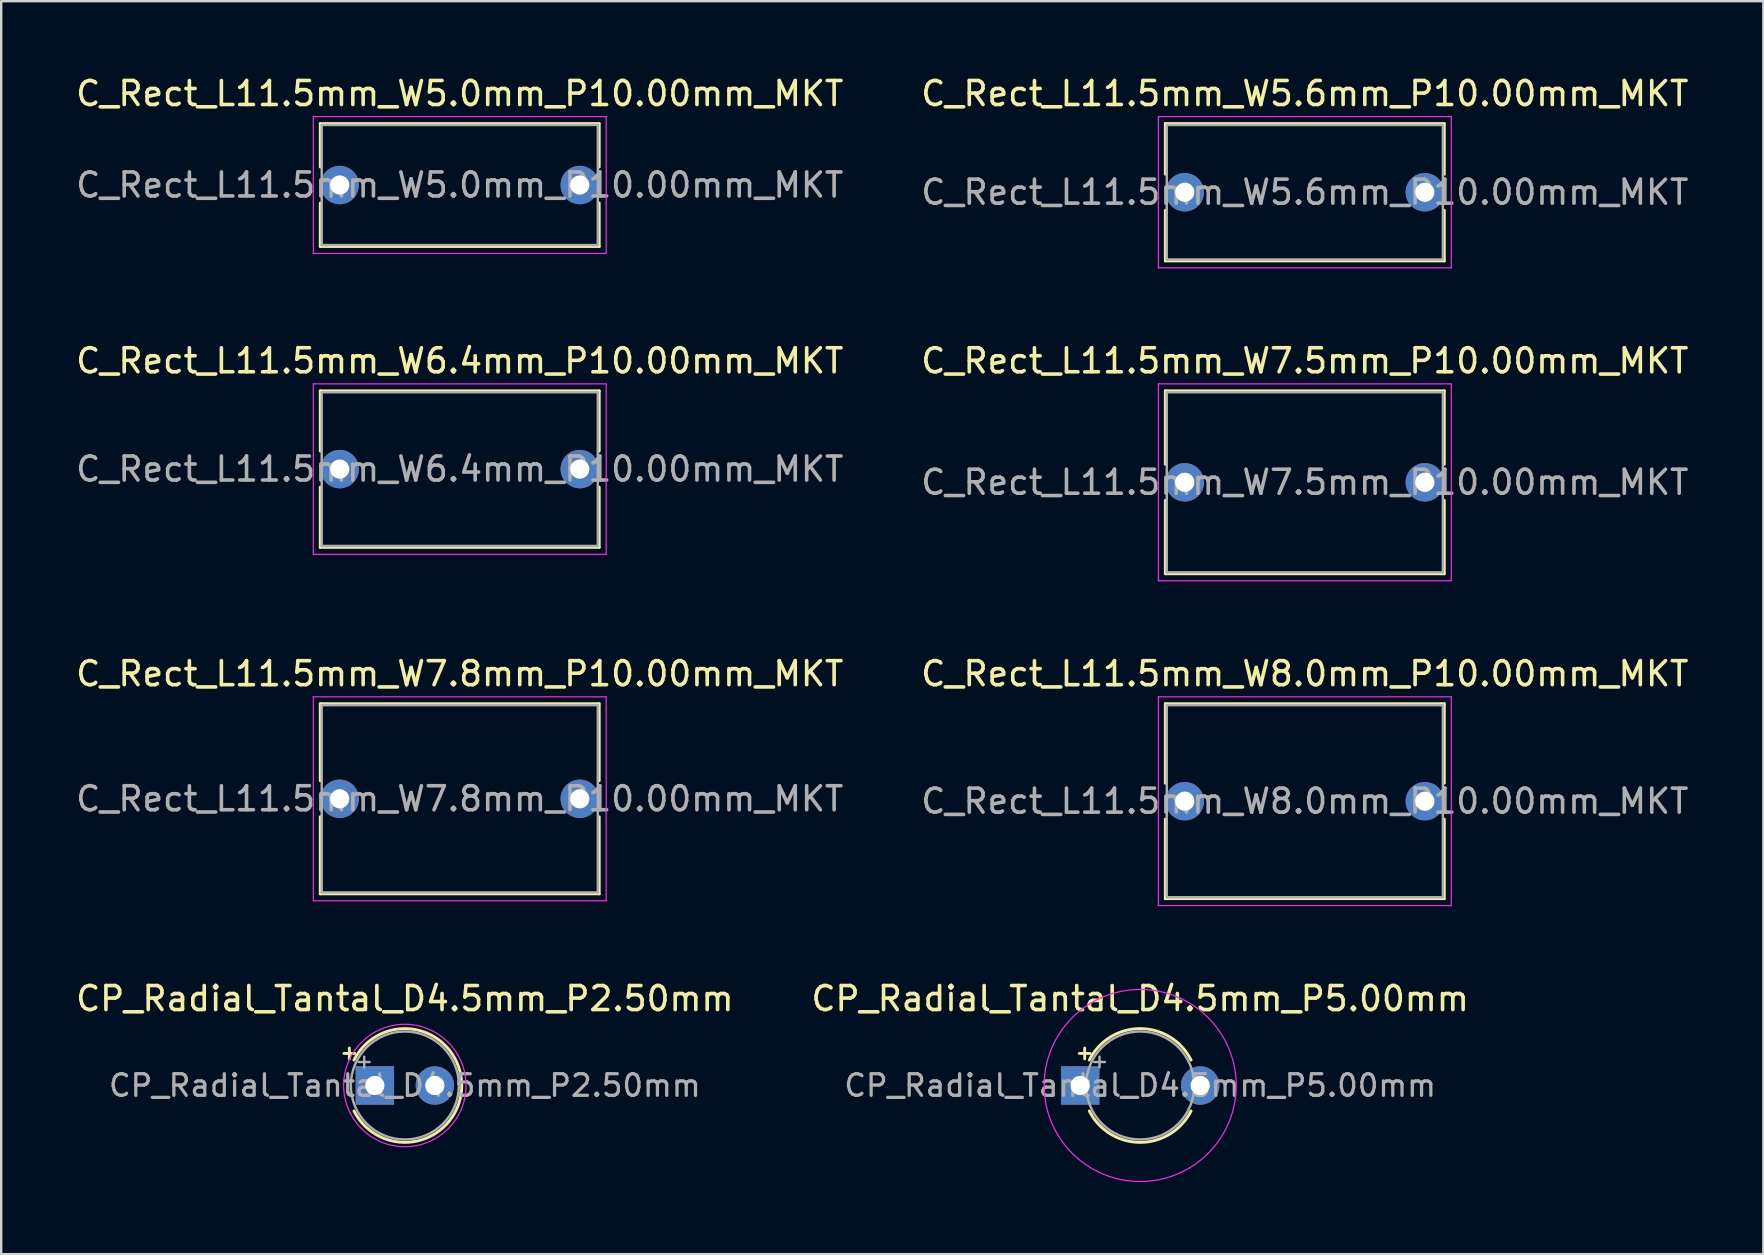
<source format=kicad_pcb>
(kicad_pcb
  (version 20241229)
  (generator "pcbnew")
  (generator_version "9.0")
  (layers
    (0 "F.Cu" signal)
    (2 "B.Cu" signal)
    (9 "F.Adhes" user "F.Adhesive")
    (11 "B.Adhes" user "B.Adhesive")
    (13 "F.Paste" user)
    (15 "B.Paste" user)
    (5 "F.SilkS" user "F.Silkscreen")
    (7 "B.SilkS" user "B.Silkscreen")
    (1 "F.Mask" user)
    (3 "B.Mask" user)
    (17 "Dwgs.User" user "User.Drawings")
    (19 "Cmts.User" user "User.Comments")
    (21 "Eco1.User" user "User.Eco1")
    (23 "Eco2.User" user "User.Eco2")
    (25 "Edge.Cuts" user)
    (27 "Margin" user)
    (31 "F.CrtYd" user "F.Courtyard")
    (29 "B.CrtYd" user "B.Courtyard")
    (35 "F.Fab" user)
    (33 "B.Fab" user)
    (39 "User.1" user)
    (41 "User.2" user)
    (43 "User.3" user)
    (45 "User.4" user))
  (footprint "C_Rect_L11.5mm_W8.0mm_P10.00mm_MKT"
    (layer "F.Cu")
    (at 46.304 30.325)
    (property "Reference" "C_Rect_L11.5mm_W8.0mm_P10.00mm_MKT" (at 5 -5.31 0) (layer "F.SilkS") (effects (font (size 1 1) (thickness 0.15))))
    (attr through_hole)
    (fp_line (start -0.81 -4.06) (end -0.81 -0.75) (stroke (width 0.12) (type solid)) (layer "F.SilkS"))
    (fp_line (start -0.81 -4.06) (end 10.81 -4.06) (stroke (width 0.12) (type solid)) (layer "F.SilkS"))
    (fp_line (start -0.81 0.75) (end -0.81 4.06) (stroke (width 0.12) (type solid)) (layer "F.SilkS"))
    (fp_line (start -0.81 4.06) (end 10.81 4.06) (stroke (width 0.12) (type solid)) (layer "F.SilkS"))
    (fp_line (start 10.81 -4.06) (end 10.81 -0.75) (stroke (width 0.12) (type solid)) (layer "F.SilkS"))
    (fp_line (start 10.81 0.75) (end 10.81 4.06) (stroke (width 0.12) (type solid)) (layer "F.SilkS"))
    (fp_line (start -1.1 -4.35) (end -1.1 4.35) (stroke (width 0.05) (type solid)) (layer "F.CrtYd"))
    (fp_line (start -1.1 4.35) (end 11.1 4.35) (stroke (width 0.05) (type solid)) (layer "F.CrtYd"))
    (fp_line (start 11.1 -4.35) (end -1.1 -4.35) (stroke (width 0.05) (type solid)) (layer "F.CrtYd"))
    (fp_line (start 11.1 4.35) (end 11.1 -4.35) (stroke (width 0.05) (type solid)) (layer "F.CrtYd"))
    (fp_line (start -0.75 -4) (end -0.75 4) (stroke (width 0.1) (type solid)) (layer "F.Fab"))
    (fp_line (start -0.75 4) (end 10.75 4) (stroke (width 0.1) (type solid)) (layer "F.Fab"))
    (fp_line (start 10.75 -4) (end -0.75 -4) (stroke (width 0.1) (type solid)) (layer "F.Fab"))
    (fp_line (start 10.75 4) (end 10.75 -4) (stroke (width 0.1) (type solid)) (layer "F.Fab"))
    (fp_text user "${REFERENCE}" (at 5 0 0) (layer "F.Fab") (effects (font (size 1 1) (thickness 0.15))))
    (pad "1" thru_hole circle (at 0 0) (size 1.6 1.6) (drill 0.8) (layers "*.Cu" "*.Mask"))
    (pad "2" thru_hole circle (at 10 0) (size 1.6 1.6) (drill 0.8) (layers "*.Cu" "*.Mask")))
  (footprint "CP_Radial_Tantal_D4.5mm_P2.50mm"
    (layer "F.Cu")
    (at 12.565 42.168)
    (property "Reference" "CP_Radial_Tantal_D4.5mm_P2.50mm" (at 1.25 -3.62 0) (layer "F.SilkS") (effects (font (size 1 1) (thickness 0.15))))
    (attr through_hole)
    (fp_line (start -1.287 -1.335) (end -0.837 -1.335) (stroke (width 0.12) (type solid)) (layer "F.SilkS"))
    (fp_line (start -1.062 -1.56) (end -1.062 -1.11) (stroke (width 0.12) (type solid)) (layer "F.SilkS"))
    (fp_arc (start -0.869741 -1.06) (mid 3.62 0) (end -0.869741 1.06) (stroke (width 0.12) (type solid)) (layer "F.SilkS"))
    (fp_circle (center 1.25 0) (end 3.8 0) (stroke (width 0.05) (type solid)) (fill no) (layer "F.CrtYd"))
    (fp_line (start -0.668 -0.978) (end -0.218 -0.978) (stroke (width 0.1) (type solid)) (layer "F.Fab"))
    (fp_line (start -0.443 -1.202) (end -0.443 -0.752) (stroke (width 0.1) (type solid)) (layer "F.Fab"))
    (fp_circle (center 1.25 0) (end 3.5 0) (stroke (width 0.1) (type solid)) (fill no) (layer "F.Fab"))
    (fp_text user "${REFERENCE}" (at 1.25 0 0) (layer "F.Fab") (effects (font (size 0.9 0.9) (thickness 0.135))))
    (pad "1" thru_hole rect (at 0 0) (size 1.6 1.6) (drill 0.8) (layers "*.Cu" "*.Mask"))
    (pad "2" thru_hole circle (at 2.5 0) (size 1.6 1.6) (drill 0.8) (layers "*.Cu" "*.Mask")))
  (footprint "C_Rect_L11.5mm_W7.8mm_P10.00mm_MKT"
    (layer "F.Cu")
    (at 11.101 30.225)
    (property "Reference" "C_Rect_L11.5mm_W7.8mm_P10.00mm_MKT" (at 5 -5.21 0) (layer "F.SilkS") (effects (font (size 1 1) (thickness 0.15))))
    (attr through_hole)
    (fp_line (start -0.81 -3.96) (end -0.81 -0.75) (stroke (width 0.12) (type solid)) (layer "F.SilkS"))
    (fp_line (start -0.81 -3.96) (end 10.81 -3.96) (stroke (width 0.12) (type solid)) (layer "F.SilkS"))
    (fp_line (start -0.81 0.75) (end -0.81 3.96) (stroke (width 0.12) (type solid)) (layer "F.SilkS"))
    (fp_line (start -0.81 3.96) (end 10.81 3.96) (stroke (width 0.12) (type solid)) (layer "F.SilkS"))
    (fp_line (start 10.81 -3.96) (end 10.81 -0.75) (stroke (width 0.12) (type solid)) (layer "F.SilkS"))
    (fp_line (start 10.81 0.75) (end 10.81 3.96) (stroke (width 0.12) (type solid)) (layer "F.SilkS"))
    (fp_line (start -1.1 -4.25) (end -1.1 4.25) (stroke (width 0.05) (type solid)) (layer "F.CrtYd"))
    (fp_line (start -1.1 4.25) (end 11.1 4.25) (stroke (width 0.05) (type solid)) (layer "F.CrtYd"))
    (fp_line (start 11.1 -4.25) (end -1.1 -4.25) (stroke (width 0.05) (type solid)) (layer "F.CrtYd"))
    (fp_line (start 11.1 4.25) (end 11.1 -4.25) (stroke (width 0.05) (type solid)) (layer "F.CrtYd"))
    (fp_line (start -0.75 -3.9) (end -0.75 3.9) (stroke (width 0.1) (type solid)) (layer "F.Fab"))
    (fp_line (start -0.75 3.9) (end 10.75 3.9) (stroke (width 0.1) (type solid)) (layer "F.Fab"))
    (fp_line (start 10.75 -3.9) (end -0.75 -3.9) (stroke (width 0.1) (type solid)) (layer "F.Fab"))
    (fp_line (start 10.75 3.9) (end 10.75 -3.9) (stroke (width 0.1) (type solid)) (layer "F.Fab"))
    (fp_text user "${REFERENCE}" (at 5 0 0) (layer "F.Fab") (effects (font (size 1 1) (thickness 0.15))))
    (pad "1" thru_hole circle (at 0 0) (size 1.6 1.6) (drill 0.8) (layers "*.Cu" "*.Mask"))
    (pad "2" thru_hole circle (at 10 0) (size 1.6 1.6) (drill 0.8) (layers "*.Cu" "*.Mask")))
  (footprint "CP_Radial_Tantal_D4.5mm_P5.00mm"
    (layer "F.Cu")
    (at 41.946 42.168)
    (property "Reference" "CP_Radial_Tantal_D4.5mm_P5.00mm" (at 2.5 -3.62 0) (layer "F.SilkS") (effects (font (size 1 1) (thickness 0.15))))
    (attr through_hole)
    (fp_line (start -0.037 -1.335) (end 0.413 -1.335) (stroke (width 0.12) (type solid)) (layer "F.SilkS"))
    (fp_line (start 0.188 -1.56) (end 0.188 -1.11) (stroke (width 0.12) (type solid)) (layer "F.SilkS"))
    (fp_arc (start 0.380259 -1.06) (mid 2.5 -2.37) (end 4.619741 -1.06) (stroke (width 0.12) (type solid)) (layer "F.SilkS"))
    (fp_arc (start 4.619741 1.06) (mid 2.5 2.37) (end 0.380259 1.06) (stroke (width 0.12) (type solid)) (layer "F.SilkS"))
    (fp_circle (center 2.5 0) (end 6.5 0) (stroke (width 0.05) (type solid)) (fill no) (layer "F.CrtYd"))
    (fp_line (start 0.582 -0.978) (end 1.032 -0.978) (stroke (width 0.1) (type solid)) (layer "F.Fab"))
    (fp_line (start 0.807 -1.202) (end 0.807 -0.752) (stroke (width 0.1) (type solid)) (layer "F.Fab"))
    (fp_circle (center 2.5 0) (end 4.75 0) (stroke (width 0.1) (type solid)) (fill no) (layer "F.Fab"))
    (fp_text user "${REFERENCE}" (at 2.5 0 0) (layer "F.Fab") (effects (font (size 0.9 0.9) (thickness 0.135))))
    (pad "1" thru_hole rect (at 0 0) (size 1.6 1.6) (drill 0.8) (layers "*.Cu" "*.Mask"))
    (pad "2" thru_hole circle (at 5 0) (size 1.6 1.6) (drill 0.8) (layers "*.Cu" "*.Mask")))
  (footprint "C_Rect_L11.5mm_W5.0mm_P10.00mm_MKT"
    (layer "F.Cu")
    (at 11.101 4.658)
    (property "Reference" "C_Rect_L11.5mm_W5.0mm_P10.00mm_MKT" (at 5 -3.81 0) (layer "F.SilkS") (effects (font (size 1 1) (thickness 0.15))))
    (attr through_hole)
    (fp_line (start -0.81 -2.56) (end -0.81 -0.75) (stroke (width 0.12) (type solid)) (layer "F.SilkS"))
    (fp_line (start -0.81 -2.56) (end 10.81 -2.56) (stroke (width 0.12) (type solid)) (layer "F.SilkS"))
    (fp_line (start -0.81 0.75) (end -0.81 2.56) (stroke (width 0.12) (type solid)) (layer "F.SilkS"))
    (fp_line (start -0.81 2.56) (end 10.81 2.56) (stroke (width 0.12) (type solid)) (layer "F.SilkS"))
    (fp_line (start 10.81 -2.56) (end 10.81 -0.75) (stroke (width 0.12) (type solid)) (layer "F.SilkS"))
    (fp_line (start 10.81 0.75) (end 10.81 2.56) (stroke (width 0.12) (type solid)) (layer "F.SilkS"))
    (fp_line (start -1.1 -2.85) (end -1.1 2.85) (stroke (width 0.05) (type solid)) (layer "F.CrtYd"))
    (fp_line (start -1.1 2.85) (end 11.1 2.85) (stroke (width 0.05) (type solid)) (layer "F.CrtYd"))
    (fp_line (start 11.1 -2.85) (end -1.1 -2.85) (stroke (width 0.05) (type solid)) (layer "F.CrtYd"))
    (fp_line (start 11.1 2.85) (end 11.1 -2.85) (stroke (width 0.05) (type solid)) (layer "F.CrtYd"))
    (fp_line (start -0.75 -2.5) (end -0.75 2.5) (stroke (width 0.1) (type solid)) (layer "F.Fab"))
    (fp_line (start -0.75 2.5) (end 10.75 2.5) (stroke (width 0.1) (type solid)) (layer "F.Fab"))
    (fp_line (start 10.75 -2.5) (end -0.75 -2.5) (stroke (width 0.1) (type solid)) (layer "F.Fab"))
    (fp_line (start 10.75 2.5) (end 10.75 -2.5) (stroke (width 0.1) (type solid)) (layer "F.Fab"))
    (fp_text user "${REFERENCE}" (at 5 0 0) (layer "F.Fab") (effects (font (size 1 1) (thickness 0.15))))
    (pad "1" thru_hole circle (at 0 0) (size 1.6 1.6) (drill 0.8) (layers "*.Cu" "*.Mask"))
    (pad "2" thru_hole circle (at 10 0) (size 1.6 1.6) (drill 0.8) (layers "*.Cu" "*.Mask")))
  (footprint "C_Rect_L11.5mm_W6.4mm_P10.00mm_MKT"
    (layer "F.Cu")
    (at 11.101 16.491)
    (property "Reference" "C_Rect_L11.5mm_W6.4mm_P10.00mm_MKT" (at 5 -4.51 0) (layer "F.SilkS") (effects (font (size 1 1) (thickness 0.15))))
    (attr through_hole)
    (fp_line (start -0.81 -3.26) (end -0.81 -0.75) (stroke (width 0.12) (type solid)) (layer "F.SilkS"))
    (fp_line (start -0.81 -3.26) (end 10.81 -3.26) (stroke (width 0.12) (type solid)) (layer "F.SilkS"))
    (fp_line (start -0.81 0.75) (end -0.81 3.26) (stroke (width 0.12) (type solid)) (layer "F.SilkS"))
    (fp_line (start -0.81 3.26) (end 10.81 3.26) (stroke (width 0.12) (type solid)) (layer "F.SilkS"))
    (fp_line (start 10.81 -3.26) (end 10.81 -0.75) (stroke (width 0.12) (type solid)) (layer "F.SilkS"))
    (fp_line (start 10.81 0.75) (end 10.81 3.26) (stroke (width 0.12) (type solid)) (layer "F.SilkS"))
    (fp_line (start -1.1 -3.55) (end -1.1 3.55) (stroke (width 0.05) (type solid)) (layer "F.CrtYd"))
    (fp_line (start -1.1 3.55) (end 11.1 3.55) (stroke (width 0.05) (type solid)) (layer "F.CrtYd"))
    (fp_line (start 11.1 -3.55) (end -1.1 -3.55) (stroke (width 0.05) (type solid)) (layer "F.CrtYd"))
    (fp_line (start 11.1 3.55) (end 11.1 -3.55) (stroke (width 0.05) (type solid)) (layer "F.CrtYd"))
    (fp_line (start -0.75 -3.2) (end -0.75 3.2) (stroke (width 0.1) (type solid)) (layer "F.Fab"))
    (fp_line (start -0.75 3.2) (end 10.75 3.2) (stroke (width 0.1) (type solid)) (layer "F.Fab"))
    (fp_line (start 10.75 -3.2) (end -0.75 -3.2) (stroke (width 0.1) (type solid)) (layer "F.Fab"))
    (fp_line (start 10.75 3.2) (end 10.75 -3.2) (stroke (width 0.1) (type solid)) (layer "F.Fab"))
    (fp_text user "${REFERENCE}" (at 5 0 0) (layer "F.Fab") (effects (font (size 1 1) (thickness 0.15))))
    (pad "1" thru_hole circle (at 0 0) (size 1.6 1.6) (drill 0.8) (layers "*.Cu" "*.Mask"))
    (pad "2" thru_hole circle (at 10 0) (size 1.6 1.6) (drill 0.8) (layers "*.Cu" "*.Mask")))
  (footprint "C_Rect_L11.5mm_W7.5mm_P10.00mm_MKT"
    (layer "F.Cu")
    (at 46.304 17.041)
    (property "Reference" "C_Rect_L11.5mm_W7.5mm_P10.00mm_MKT" (at 5 -5.06 0) (layer "F.SilkS") (effects (font (size 1 1) (thickness 0.15))))
    (attr through_hole)
    (fp_line (start -0.81 -3.81) (end -0.81 -0.75) (stroke (width 0.12) (type solid)) (layer "F.SilkS"))
    (fp_line (start -0.81 -3.81) (end 10.81 -3.81) (stroke (width 0.12) (type solid)) (layer "F.SilkS"))
    (fp_line (start -0.81 0.75) (end -0.81 3.81) (stroke (width 0.12) (type solid)) (layer "F.SilkS"))
    (fp_line (start -0.81 3.81) (end 10.81 3.81) (stroke (width 0.12) (type solid)) (layer "F.SilkS"))
    (fp_line (start 10.81 -3.81) (end 10.81 -0.75) (stroke (width 0.12) (type solid)) (layer "F.SilkS"))
    (fp_line (start 10.81 0.75) (end 10.81 3.81) (stroke (width 0.12) (type solid)) (layer "F.SilkS"))
    (fp_line (start -1.1 -4.1) (end -1.1 4.1) (stroke (width 0.05) (type solid)) (layer "F.CrtYd"))
    (fp_line (start -1.1 4.1) (end 11.1 4.1) (stroke (width 0.05) (type solid)) (layer "F.CrtYd"))
    (fp_line (start 11.1 -4.1) (end -1.1 -4.1) (stroke (width 0.05) (type solid)) (layer "F.CrtYd"))
    (fp_line (start 11.1 4.1) (end 11.1 -4.1) (stroke (width 0.05) (type solid)) (layer "F.CrtYd"))
    (fp_line (start -0.75 -3.75) (end -0.75 3.75) (stroke (width 0.1) (type solid)) (layer "F.Fab"))
    (fp_line (start -0.75 3.75) (end 10.75 3.75) (stroke (width 0.1) (type solid)) (layer "F.Fab"))
    (fp_line (start 10.75 -3.75) (end -0.75 -3.75) (stroke (width 0.1) (type solid)) (layer "F.Fab"))
    (fp_line (start 10.75 3.75) (end 10.75 -3.75) (stroke (width 0.1) (type solid)) (layer "F.Fab"))
    (fp_text user "${REFERENCE}" (at 5 0 0) (layer "F.Fab") (effects (font (size 1 1) (thickness 0.15))))
    (pad "1" thru_hole circle (at 0 0) (size 1.6 1.6) (drill 0.8) (layers "*.Cu" "*.Mask"))
    (pad "2" thru_hole circle (at 10 0) (size 1.6 1.6) (drill 0.8) (layers "*.Cu" "*.Mask")))
  (footprint "C_Rect_L11.5mm_W5.6mm_P10.00mm_MKT"
    (layer "F.Cu")
    (at 46.304 4.958)
    (property "Reference" "C_Rect_L11.5mm_W5.6mm_P10.00mm_MKT" (at 5 -4.11 0) (layer "F.SilkS") (effects (font (size 1 1) (thickness 0.15))))
    (attr through_hole)
    (fp_line (start -0.81 -2.86) (end -0.81 -0.75) (stroke (width 0.12) (type solid)) (layer "F.SilkS"))
    (fp_line (start -0.81 -2.86) (end 10.81 -2.86) (stroke (width 0.12) (type solid)) (layer "F.SilkS"))
    (fp_line (start -0.81 0.75) (end -0.81 2.86) (stroke (width 0.12) (type solid)) (layer "F.SilkS"))
    (fp_line (start -0.81 2.86) (end 10.81 2.86) (stroke (width 0.12) (type solid)) (layer "F.SilkS"))
    (fp_line (start 10.81 -2.86) (end 10.81 -0.75) (stroke (width 0.12) (type solid)) (layer "F.SilkS"))
    (fp_line (start 10.81 0.75) (end 10.81 2.86) (stroke (width 0.12) (type solid)) (layer "F.SilkS"))
    (fp_line (start -1.1 -3.15) (end -1.1 3.15) (stroke (width 0.05) (type solid)) (layer "F.CrtYd"))
    (fp_line (start -1.1 3.15) (end 11.1 3.15) (stroke (width 0.05) (type solid)) (layer "F.CrtYd"))
    (fp_line (start 11.1 -3.15) (end -1.1 -3.15) (stroke (width 0.05) (type solid)) (layer "F.CrtYd"))
    (fp_line (start 11.1 3.15) (end 11.1 -3.15) (stroke (width 0.05) (type solid)) (layer "F.CrtYd"))
    (fp_line (start -0.75 -2.8) (end -0.75 2.8) (stroke (width 0.1) (type solid)) (layer "F.Fab"))
    (fp_line (start -0.75 2.8) (end 10.75 2.8) (stroke (width 0.1) (type solid)) (layer "F.Fab"))
    (fp_line (start 10.75 -2.8) (end -0.75 -2.8) (stroke (width 0.1) (type solid)) (layer "F.Fab"))
    (fp_line (start 10.75 2.8) (end 10.75 -2.8) (stroke (width 0.1) (type solid)) (layer "F.Fab"))
    (fp_text user "${REFERENCE}" (at 5 0 0) (layer "F.Fab") (effects (font (size 1 1) (thickness 0.15))))
    (pad "1" thru_hole circle (at 0 0) (size 1.6 1.6) (drill 0.8) (layers "*.Cu" "*.Mask"))
    (pad "2" thru_hole circle (at 10 0) (size 1.6 1.6) (drill 0.8) (layers "*.Cu" "*.Mask")))
  (gr_rect
    (start -3 -3)
    (end 70.405 49.193)
    (stroke (width 0.1) (type default))
    (fill no)
    (layer "Edge.Cuts")))
</source>
